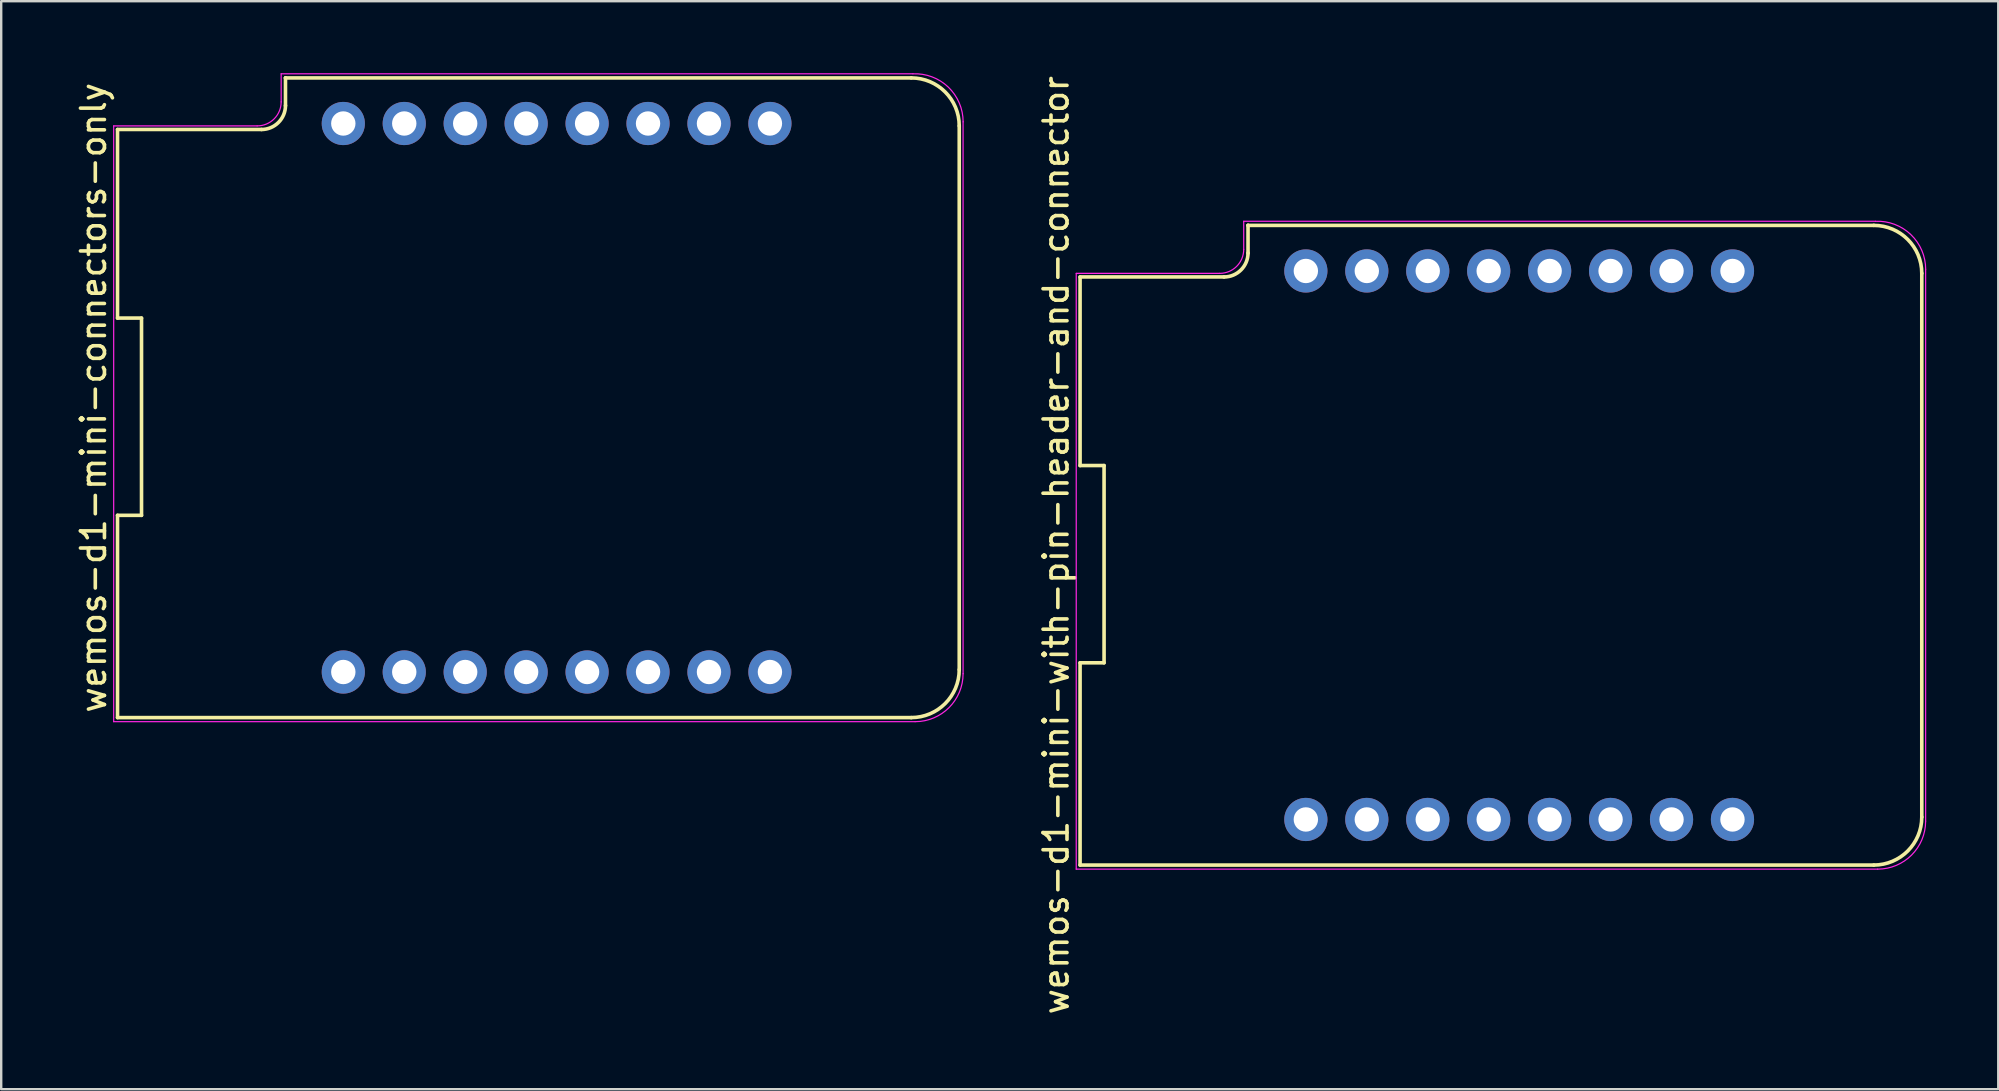
<source format=kicad_pcb>
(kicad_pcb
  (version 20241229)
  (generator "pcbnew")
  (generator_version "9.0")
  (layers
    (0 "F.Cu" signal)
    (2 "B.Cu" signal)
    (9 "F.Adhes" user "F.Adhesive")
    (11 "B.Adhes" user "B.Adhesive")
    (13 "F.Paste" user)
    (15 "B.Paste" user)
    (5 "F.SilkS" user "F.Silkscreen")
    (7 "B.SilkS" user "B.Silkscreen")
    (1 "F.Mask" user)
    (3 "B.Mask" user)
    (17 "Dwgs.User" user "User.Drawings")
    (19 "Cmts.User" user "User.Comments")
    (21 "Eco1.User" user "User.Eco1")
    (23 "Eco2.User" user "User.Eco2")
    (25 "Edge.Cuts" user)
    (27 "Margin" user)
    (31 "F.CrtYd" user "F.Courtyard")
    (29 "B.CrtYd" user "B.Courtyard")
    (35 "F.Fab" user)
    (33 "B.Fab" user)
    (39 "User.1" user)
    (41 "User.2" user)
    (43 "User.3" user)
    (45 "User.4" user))
  (footprint "wemos-d1-mini-connectors-only"
    (layer "F.Cu")
    (at 20.148 13.527)
    (property "Reference" "wemos-d1-mini-connectors-only" (at -19.3 0 90) (layer "F.SilkS") (effects (font (size 1 1) (thickness 0.15))))
    (attr through_hole)
    (fp_line (start -18.3 -11.18) (end -18.3 -3.32) (stroke (width 0.15) (type solid)) (layer "F.SilkS"))
    (fp_line (start -18.3 -11.18) (end -12.3 -11.18) (stroke (width 0.15) (type solid)) (layer "F.SilkS"))
    (fp_line (start -18.3 -3.32) (end -17.3 -3.32) (stroke (width 0.15) (type solid)) (layer "F.SilkS"))
    (fp_line (start -18.3 4.9) (end -18.3 13.33) (stroke (width 0.15) (type solid)) (layer "F.SilkS"))
    (fp_line (start -18.3 13.33) (end 14.78 13.33) (stroke (width 0.15) (type solid)) (layer "F.SilkS"))
    (fp_line (start -17.3 -3.32) (end -17.3 4.9) (stroke (width 0.15) (type solid)) (layer "F.SilkS"))
    (fp_line (start -17.3 4.9) (end -18.3 4.9) (stroke (width 0.15) (type solid)) (layer "F.SilkS"))
    (fp_line (start -11.3 -13.33) (end -11.3 -13.33) (stroke (width 0.15) (type solid)) (layer "F.SilkS"))
    (fp_line (start -11.3 -12.17) (end -11.3 -13.33) (stroke (width 0.15) (type solid)) (layer "F.SilkS"))
    (fp_line (start 14.78 -13.33) (end -11.3 -13.33) (stroke (width 0.15) (type solid)) (layer "F.SilkS"))
    (fp_line (start 16.78 11.33) (end 16.78 -11.33) (stroke (width 0.15) (type solid)) (layer "F.SilkS"))
    (fp_arc (start -11.3 -12.18) (mid -11.592893 -11.472893) (end -12.3 -11.18) (stroke (width 0.15) (type solid)) (layer "F.SilkS"))
    (fp_arc (start 14.78 -13.33) (mid 16.194214 -12.744214) (end 16.78 -11.33) (stroke (width 0.15) (type solid)) (layer "F.SilkS"))
    (fp_arc (start 16.78 11.33) (mid 16.194214 12.744214) (end 14.78 13.33) (stroke (width 0.15) (type solid)) (layer "F.SilkS"))
    (fp_line (start -18.46 -11.33) (end -12.48 -11.33) (stroke (width 0.05) (type solid)) (layer "F.CrtYd"))
    (fp_line (start -18.46 13.5) (end -18.46 -11.33) (stroke (width 0.05) (type solid)) (layer "F.CrtYd"))
    (fp_line (start -11.48 -13.5) (end -11.48 -12.33) (stroke (width 0.05) (type solid)) (layer "F.CrtYd"))
    (fp_line (start -11.48 -13.5) (end 14.85 -13.5) (stroke (width 0.05) (type solid)) (layer "F.CrtYd"))
    (fp_line (start 14.94 13.5) (end -18.46 13.5) (stroke (width 0.05) (type solid)) (layer "F.CrtYd"))
    (fp_line (start 16.94 -11.5) (end 16.94 11.5) (stroke (width 0.05) (type solid)) (layer "F.CrtYd"))
    (fp_arc (start -11.48 -12.33) (mid -11.772893 -11.622893) (end -12.48 -11.33) (stroke (width 0.05) (type solid)) (layer "F.CrtYd"))
    (fp_arc (start 14.85 -13.5) (mid 16.323459 -12.947115) (end 16.942024 -11.5) (stroke (width 0.05) (type solid)) (layer "F.CrtYd"))
    (fp_arc (start 16.94 11.5) (mid 16.354214 12.914214) (end 14.94 13.5) (stroke (width 0.05) (type solid)) (layer "F.CrtYd"))
    (pad "1" thru_hole circle (at 8.89 -11.43) (size 1.8 1.8) (drill 1.016) (layers "*.Cu" "*.Mask"))
    (pad "2" thru_hole circle (at 6.35 -11.43) (size 1.8 1.8) (drill 1.016) (layers "*.Cu" "*.Mask"))
    (pad "3" thru_hole circle (at 3.81 -11.43) (size 1.8 1.8) (drill 1.016) (layers "*.Cu" "*.Mask"))
    (pad "4" thru_hole circle (at 1.27 -11.43) (size 1.8 1.8) (drill 1.016) (layers "*.Cu" "*.Mask"))
    (pad "5" thru_hole circle (at -1.27 -11.43) (size 1.8 1.8) (drill 1.016) (layers "*.Cu" "*.Mask"))
    (pad "6" thru_hole circle (at -3.81 -11.43) (size 1.8 1.8) (drill 1.016) (layers "*.Cu" "*.Mask"))
    (pad "7" thru_hole circle (at -6.35 -11.43) (size 1.8 1.8) (drill 1.016) (layers "*.Cu" "*.Mask"))
    (pad "8" thru_hole circle (at -8.89 -11.43) (size 1.8 1.8) (drill 1.016) (layers "*.Cu" "*.Mask"))
    (pad "9" thru_hole circle (at -8.89 11.43) (size 1.8 1.8) (drill 1.016) (layers "*.Cu" "*.Mask"))
    (pad "10" thru_hole circle (at -6.35 11.43) (size 1.8 1.8) (drill 1.016) (layers "*.Cu" "*.Mask"))
    (pad "11" thru_hole circle (at -3.81 11.43) (size 1.8 1.8) (drill 1.016) (layers "*.Cu" "*.Mask"))
    (pad "12" thru_hole circle (at -1.27 11.43) (size 1.8 1.8) (drill 1.016) (layers "*.Cu" "*.Mask"))
    (pad "13" thru_hole circle (at 1.27 11.43) (size 1.8 1.8) (drill 1.016) (layers "*.Cu" "*.Mask"))
    (pad "14" thru_hole circle (at 3.81 11.43) (size 1.8 1.8) (drill 1.016) (layers "*.Cu" "*.Mask"))
    (pad "15" thru_hole circle (at 6.35 11.43) (size 1.8 1.8) (drill 1.016) (layers "*.Cu" "*.Mask"))
    (pad "16" thru_hole circle (at 8.89 11.43) (size 1.8 1.8) (drill 1.016) (layers "*.Cu" "*.Mask")))
  (footprint "wemos-d1-mini-with-pin-header-and-connector"
    (layer "F.Cu")
    (at 60.264 19.673)
    (property "Reference" "wemos-d1-mini-with-pin-header-and-connector" (at -19.3 0 90) (layer "F.SilkS") (effects (font (size 1 1) (thickness 0.15))))
    (attr through_hole)
    (fp_line (start -18.3 -11.18) (end -18.3 -3.32) (stroke (width 0.15) (type solid)) (layer "F.SilkS"))
    (fp_line (start -18.3 -11.18) (end -12.3 -11.18) (stroke (width 0.15) (type solid)) (layer "F.SilkS"))
    (fp_line (start -18.3 -3.32) (end -17.3 -3.32) (stroke (width 0.15) (type solid)) (layer "F.SilkS"))
    (fp_line (start -18.3 4.9) (end -18.3 13.33) (stroke (width 0.15) (type solid)) (layer "F.SilkS"))
    (fp_line (start -18.3 13.33) (end 14.78 13.33) (stroke (width 0.15) (type solid)) (layer "F.SilkS"))
    (fp_line (start -17.3 -3.32) (end -17.3 4.9) (stroke (width 0.15) (type solid)) (layer "F.SilkS"))
    (fp_line (start -17.3 4.9) (end -18.3 4.9) (stroke (width 0.15) (type solid)) (layer "F.SilkS"))
    (fp_line (start -11.3 -13.33) (end -11.3 -13.33) (stroke (width 0.15) (type solid)) (layer "F.SilkS"))
    (fp_line (start -11.3 -12.17) (end -11.3 -13.33) (stroke (width 0.15) (type solid)) (layer "F.SilkS"))
    (fp_line (start 14.78 -13.33) (end -11.3 -13.33) (stroke (width 0.15) (type solid)) (layer "F.SilkS"))
    (fp_line (start 16.78 11.33) (end 16.78 -11.33) (stroke (width 0.15) (type solid)) (layer "F.SilkS"))
    (fp_arc (start -11.3 -12.18) (mid -11.592893 -11.472893) (end -12.3 -11.18) (stroke (width 0.15) (type solid)) (layer "F.SilkS"))
    (fp_arc (start 14.78 -13.33) (mid 16.194214 -12.744214) (end 16.78 -11.33) (stroke (width 0.15) (type solid)) (layer "F.SilkS"))
    (fp_arc (start 16.78 11.33) (mid 16.194214 12.744214) (end 14.78 13.33) (stroke (width 0.15) (type solid)) (layer "F.SilkS"))
    (fp_line (start -18.46 -11.33) (end -12.48 -11.33) (stroke (width 0.05) (type solid)) (layer "F.CrtYd"))
    (fp_line (start -18.46 13.5) (end -18.46 -11.33) (stroke (width 0.05) (type solid)) (layer "F.CrtYd"))
    (fp_line (start -11.48 -13.5) (end -11.48 -12.33) (stroke (width 0.05) (type solid)) (layer "F.CrtYd"))
    (fp_line (start -11.48 -13.5) (end 14.85 -13.5) (stroke (width 0.05) (type solid)) (layer "F.CrtYd"))
    (fp_line (start 14.94 13.5) (end -18.46 13.5) (stroke (width 0.05) (type solid)) (layer "F.CrtYd"))
    (fp_line (start 16.94 -11.5) (end 16.94 11.5) (stroke (width 0.05) (type solid)) (layer "F.CrtYd"))
    (fp_arc (start -11.48 -12.33) (mid -11.772893 -11.622893) (end -12.48 -11.33) (stroke (width 0.05) (type solid)) (layer "F.CrtYd"))
    (fp_arc (start 14.85 -13.5) (mid 16.323459 -12.947115) (end 16.942024 -11.5) (stroke (width 0.05) (type solid)) (layer "F.CrtYd"))
    (fp_arc (start 16.94 11.5) (mid 16.354214 12.914214) (end 14.94 13.5) (stroke (width 0.05) (type solid)) (layer "F.CrtYd"))
    (pad "1" thru_hole circle (at 8.89 -11.43) (size 1.8 1.8) (drill 1.016) (layers "*.Cu" "*.Mask"))
    (pad "2" thru_hole circle (at 6.35 -11.43) (size 1.8 1.8) (drill 1.016) (layers "*.Cu" "*.Mask"))
    (pad "3" thru_hole circle (at 3.81 -11.43) (size 1.8 1.8) (drill 1.016) (layers "*.Cu" "*.Mask"))
    (pad "4" thru_hole circle (at 1.27 -11.43) (size 1.8 1.8) (drill 1.016) (layers "*.Cu" "*.Mask"))
    (pad "5" thru_hole circle (at -1.27 -11.43) (size 1.8 1.8) (drill 1.016) (layers "*.Cu" "*.Mask"))
    (pad "6" thru_hole circle (at -3.81 -11.43 90) (size 1.8 1.8) (drill 1.016) (layers "*.Cu" "*.Mask"))
    (pad "7" thru_hole circle (at -6.35 -11.43) (size 1.8 1.8) (drill 1.016) (layers "*.Cu" "*.Mask"))
    (pad "8" thru_hole circle (at -8.89 -11.43) (size 1.8 1.8) (drill 1.016) (layers "*.Cu" "*.Mask"))
    (pad "9" thru_hole circle (at -8.89 11.43) (size 1.8 1.8) (drill 1.016) (layers "*.Cu" "*.Mask"))
    (pad "10" thru_hole circle (at -6.35 11.43) (size 1.8 1.8) (drill 1.016) (layers "*.Cu" "*.Mask"))
    (pad "11" thru_hole circle (at -3.81 11.43) (size 1.8 1.8) (drill 1.016) (layers "*.Cu" "*.Mask"))
    (pad "12" thru_hole circle (at -1.27 11.43) (size 1.8 1.8) (drill 1.016) (layers "*.Cu" "*.Mask"))
    (pad "13" thru_hole circle (at 1.27 11.43) (size 1.8 1.8) (drill 1.016) (layers "*.Cu" "*.Mask"))
    (pad "14" thru_hole circle (at 3.81 11.43) (size 1.8 1.8) (drill 1.016) (layers "*.Cu" "*.Mask"))
    (pad "15" thru_hole circle (at 6.35 11.43) (size 1.8 1.8) (drill 1.016) (layers "*.Cu" "*.Mask"))
    (pad "16" thru_hole circle (at 8.89 11.43) (size 1.8 1.8) (drill 1.016) (layers "*.Cu" "*.Mask")))
  (gr_rect
    (start -3 -3)
    (end 80.231 42.345)
    (stroke (width 0.1) (type default))
    (fill no)
    (layer "Edge.Cuts")))
</source>
